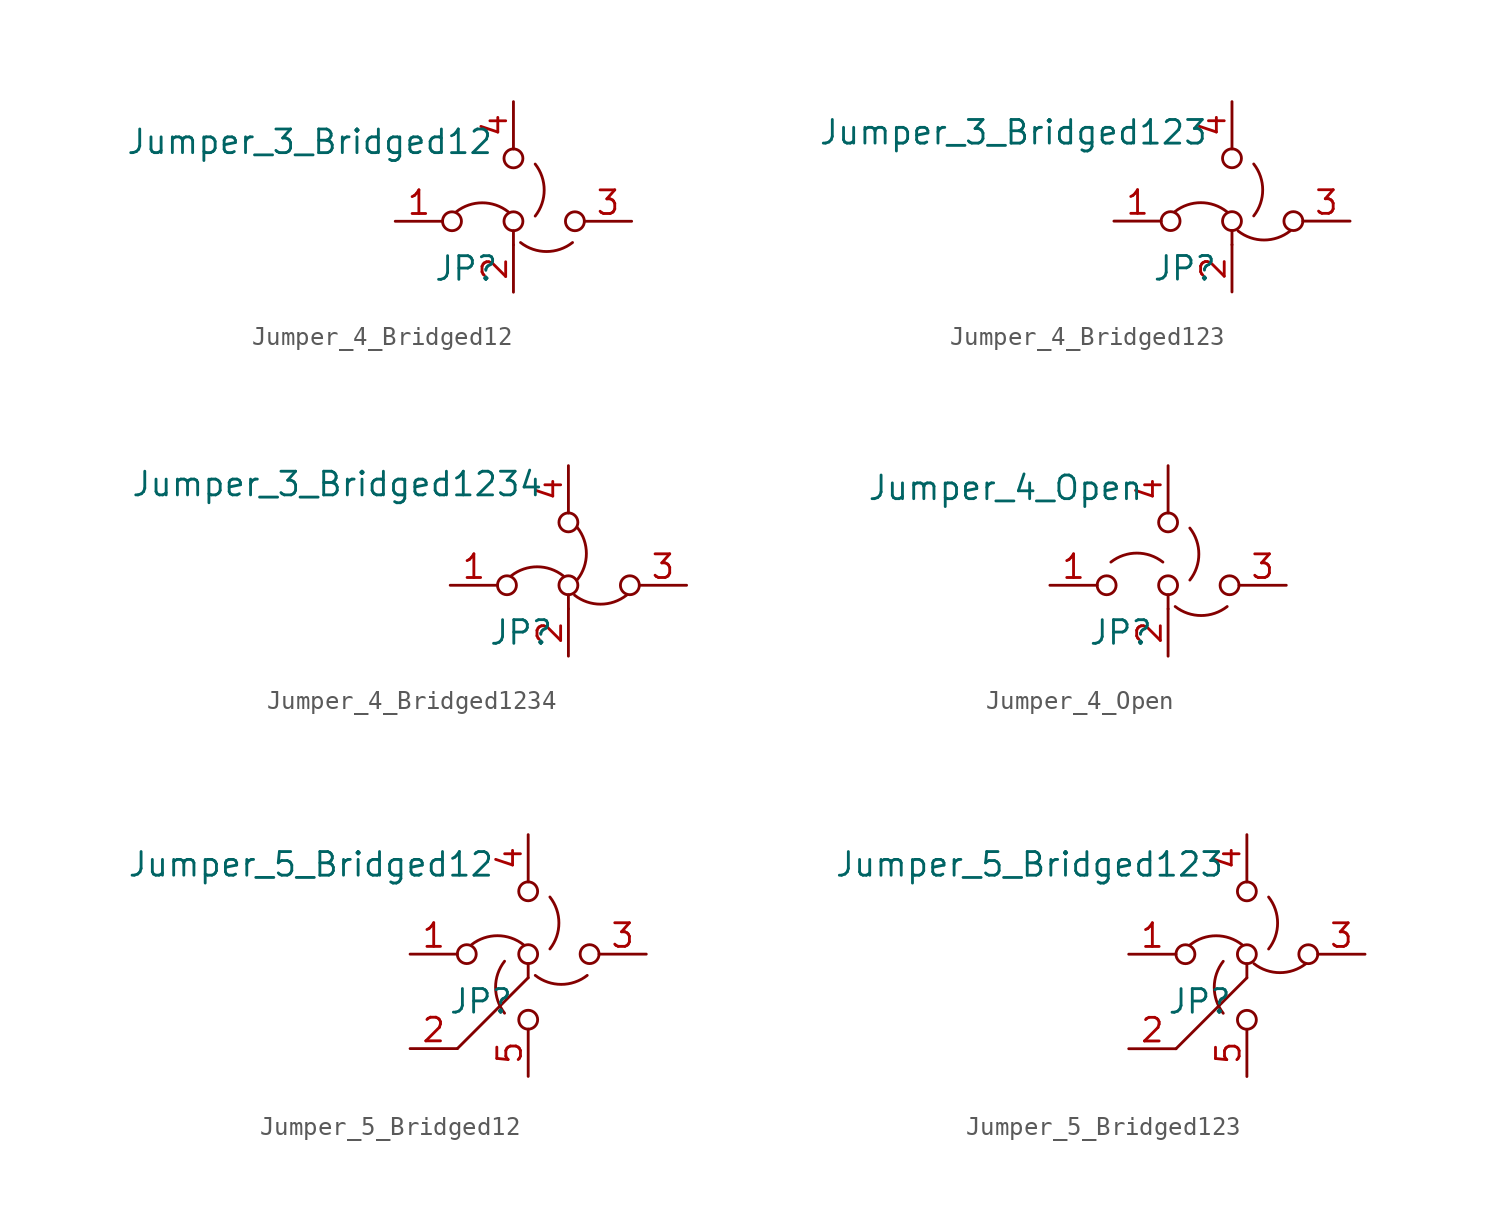
<source format=kicad_sym>
(kicad_symbol_lib
  (version 20220914)
  (generator kicad_symbol_editor)
  (symbol "Jumper_4_Bridged12"
    (pin_names
      (offset 0) hide)
    (property "Reference" "JP"
      (at -2.54 -2.54 0)
      (effects (font (size 1.27 1.27))))
    (property "Value" "Jumper_3_Bridged12"
      (at -10.947 4.267 0)
      (effects (font (size 1.27 1.27))))
    (symbol "Jumper_4_Bridged12_0_0"
      (circle (center -3.302 0) (radius 0.508) (stroke (width 0) (type default)) (fill (type none)))
      (circle (center 0 0) (radius 0.508) (stroke (width 0) (type default)) (fill (type none)))
      (circle (center 0 3.378) (radius 0.508) (stroke (width 0) (type default)) (fill (type none)))
      (circle (center 3.302 0) (radius 0.508) (stroke (width 0) (type default)) (fill (type none))))
    (symbol "Jumper_4_Bridged12_0_1"
      (arc (start -0.2794 0.5079) (mid -1.6764 0.9911) (end -3.0734 0.5079) (stroke (width 0) (type default)) (fill (type none)))
      (polyline (pts (xy 0 -0.508) (xy 0 -1.27)) (stroke (width 0) (type default)) (fill (type none)))
      (arc (start 0.381 -1.1429) (mid 1.778 -1.6261) (end 3.175 -1.1429) (stroke (width 0) (type default)) (fill (type none)))
      (arc (start 1.1683 0.2794) (mid 1.6515 1.6764) (end 1.1683 3.0734) (stroke (width 0) (type default)) (fill (type none))))
    (symbol "Jumper_4_Bridged12_1_1"
      (pin passive line (at -6.35 0 0) (length 2.54) (name "A" (effects (font (size 1.27 1.27)))) (number "1" (effects (font (size 1.27 1.27)))))
      (pin passive line (at 0 -3.81 90) (length 2.54) (name "C" (effects (font (size 1.27 1.27)))) (number "2" (effects (font (size 1.27 1.27)))))
      (pin passive line (at 6.35 0 180) (length 2.54) (name "B" (effects (font (size 1.27 1.27)))) (number "3" (effects (font (size 1.27 1.27)))))
      (pin passive line (at 0 6.426 270) (length 2.54) (name "D" (effects (font (size 1.27 1.27)))) (number "4" (effects (font (size 1.27 1.27)))))))
  (symbol "Jumper_4_Bridged123"
    (pin_names
      (offset 0) hide)
    (property "Reference" "JP"
      (at -2.54 -2.54 0)
      (effects (font (size 1.27 1.27))))
    (property "Value" "Jumper_3_Bridged123"
      (at -11.76 4.775 0)
      (effects (font (size 1.27 1.27))))
    (symbol "Jumper_4_Bridged123_0_0"
      (circle (center -3.302 0) (radius 0.508) (stroke (width 0) (type default)) (fill (type none)))
      (circle (center 0 0) (radius 0.508) (stroke (width 0) (type default)) (fill (type none)))
      (circle (center 0 3.378) (radius 0.508) (stroke (width 0) (type default)) (fill (type none)))
      (circle (center 3.302 0) (radius 0.508) (stroke (width 0) (type default)) (fill (type none))))
    (symbol "Jumper_4_Bridged123_0_1"
      (arc (start -0.2794 0.5079) (mid -1.6764 0.9911) (end -3.0734 0.5079) (stroke (width 0) (type default)) (fill (type none)))
      (polyline (pts (xy 0 -0.508) (xy 0 -1.27)) (stroke (width 0) (type default)) (fill (type none)))
      (arc (start 0.3302 -0.5333) (mid 1.7272 -1.0165) (end 3.1242 -0.5333) (stroke (width 0) (type default)) (fill (type none)))
      (arc (start 1.1683 0.2794) (mid 1.6515 1.6764) (end 1.1683 3.0734) (stroke (width 0) (type default)) (fill (type none))))
    (symbol "Jumper_4_Bridged123_1_1"
      (pin passive line (at -6.35 0 0) (length 2.54) (name "A" (effects (font (size 1.27 1.27)))) (number "1" (effects (font (size 1.27 1.27)))))
      (pin passive line (at 0 -3.81 90) (length 2.54) (name "C" (effects (font (size 1.27 1.27)))) (number "2" (effects (font (size 1.27 1.27)))))
      (pin passive line (at 6.35 0 180) (length 2.54) (name "B" (effects (font (size 1.27 1.27)))) (number "3" (effects (font (size 1.27 1.27)))))
      (pin passive line (at 0 6.426 270) (length 2.54) (name "D" (effects (font (size 1.27 1.27)))) (number "4" (effects (font (size 1.27 1.27)))))))
  (symbol "Jumper_4_Bridged1234"
    (pin_names
      (offset 0) hide)
    (property "Reference" "JP"
      (at -2.54 -2.54 0)
      (effects (font (size 1.27 1.27))))
    (property "Value" "Jumper_3_Bridged1234"
      (at -12.421 5.436 0)
      (effects (font (size 1.27 1.27))))
    (symbol "Jumper_4_Bridged1234_0_0"
      (circle (center -3.302 0) (radius 0.508) (stroke (width 0) (type default)) (fill (type none)))
      (circle (center 0 0) (radius 0.508) (stroke (width 0) (type default)) (fill (type none)))
      (circle (center 0 3.378) (radius 0.508) (stroke (width 0) (type default)) (fill (type none)))
      (circle (center 3.302 0) (radius 0.508) (stroke (width 0) (type default)) (fill (type none))))
    (symbol "Jumper_4_Bridged1234_0_1"
      (arc (start -0.2794 0.5079) (mid -1.6764 0.9911) (end -3.0734 0.5079) (stroke (width 0) (type default)) (fill (type none)))
      (polyline (pts (xy 0 -0.508) (xy 0 -1.27)) (stroke (width 0) (type default)) (fill (type none)))
      (arc (start 0.3302 -0.5333) (mid 1.7272 -1.0165) (end 3.1242 -0.5333) (stroke (width 0) (type default)) (fill (type none)))
      (arc (start 0.4825 0.3048) (mid 0.9657 1.7018) (end 0.4825 3.0988) (stroke (width 0) (type default)) (fill (type none))))
    (symbol "Jumper_4_Bridged1234_1_1"
      (pin passive line (at -6.35 0 0) (length 2.54) (name "A" (effects (font (size 1.27 1.27)))) (number "1" (effects (font (size 1.27 1.27)))))
      (pin passive line (at 0 -3.81 90) (length 2.54) (name "C" (effects (font (size 1.27 1.27)))) (number "2" (effects (font (size 1.27 1.27)))))
      (pin passive line (at 6.35 0 180) (length 2.54) (name "B" (effects (font (size 1.27 1.27)))) (number "3" (effects (font (size 1.27 1.27)))))
      (pin passive line (at 0 6.426 270) (length 2.54) (name "D" (effects (font (size 1.27 1.27)))) (number "4" (effects (font (size 1.27 1.27)))))))
  (symbol "Jumper_4_Open"
    (pin_names
      (offset 0) hide)
    (property "Reference" "JP"
      (at -2.54 -2.54 0)
      (effects (font (size 1.27 1.27))))
    (property "Value" "Jumper_4_Open"
      (at -8.738 5.232 0)
      (effects (font (size 1.27 1.27))))
    (symbol "Jumper_4_Open_0_0"
      (circle (center -3.302 0) (radius 0.508) (stroke (width 0) (type default)) (fill (type none)))
      (circle (center 0 0) (radius 0.508) (stroke (width 0) (type default)) (fill (type none)))
      (circle (center 0 3.378) (radius 0.508) (stroke (width 0) (type default)) (fill (type none)))
      (circle (center 3.302 0) (radius 0.508) (stroke (width 0) (type default)) (fill (type none))))
    (symbol "Jumper_4_Open_0_1"
      (arc (start -0.2794 1.2445) (mid -1.6764 1.7277) (end -3.0734 1.2445) (stroke (width 0) (type default)) (fill (type none)))
      (polyline (pts (xy 0 -0.508) (xy 0 -1.27)) (stroke (width 0) (type default)) (fill (type none)))
      (arc (start 0.381 -1.1429) (mid 1.778 -1.6261) (end 3.175 -1.1429) (stroke (width 0) (type default)) (fill (type none)))
      (arc (start 1.1683 0.2794) (mid 1.6515 1.6764) (end 1.1683 3.0734) (stroke (width 0) (type default)) (fill (type none))))
    (symbol "Jumper_4_Open_1_1"
      (pin passive line (at -6.35 0 0) (length 2.54) (name "A" (effects (font (size 1.27 1.27)))) (number "1" (effects (font (size 1.27 1.27)))))
      (pin passive line (at 0 -3.81 90) (length 2.54) (name "C" (effects (font (size 1.27 1.27)))) (number "2" (effects (font (size 1.27 1.27)))))
      (pin passive line (at 6.35 0 180) (length 2.54) (name "B" (effects (font (size 1.27 1.27)))) (number "3" (effects (font (size 1.27 1.27)))))
      (pin passive line (at 0 6.426 270) (length 2.54) (name "D" (effects (font (size 1.27 1.27)))) (number "4" (effects (font (size 1.27 1.27)))))))
  (symbol "Jumper_5_Bridged12"
    (pin_names
      (offset 0) hide)
    (property "Reference" "JP"
      (at -2.54 -2.54 0)
      (effects (font (size 1.27 1.27))))
    (property "Value" "Jumper_5_Bridged12"
      (at -11.684 4.826 0)
      (effects (font (size 1.27 1.27))))
    (symbol "Jumper_5_Bridged12_0_0"
      (circle (center -3.302 0) (radius 0.508) (stroke (width 0) (type default)) (fill (type none)))
      (circle (center 0 0) (radius 0.508) (stroke (width 0) (type default)) (fill (type none)))
      (circle (center 0 3.378) (radius 0.508) (stroke (width 0) (type default)) (fill (type none)))
      (circle (center 0.001 -3.526) (radius 0.508) (stroke (width 0) (type default)) (fill (type none)))
      (circle (center 3.302 0) (radius 0.508) (stroke (width 0) (type default)) (fill (type none))))
    (symbol "Jumper_5_Bridged12_0_1"
      (arc (start -1.2699 -0.381) (mid -1.7531 -1.778) (end -1.2699 -3.175) (stroke (width 0) (type default)) (fill (type none)))
      (arc (start -0.254 0.5079) (mid -1.651 0.9911) (end -3.048 0.5079) (stroke (width 0) (type default)) (fill (type none)))
      (polyline (pts (xy 0 -1.27) (xy -3.81 -5.08)) (stroke (width 0) (type default)) (fill (type none)))
      (polyline (pts (xy 0 -0.508) (xy 0 -1.27)) (stroke (width 0) (type default)) (fill (type none)))
      (arc (start 0.381 -1.1429) (mid 1.778 -1.6261) (end 3.175 -1.1429) (stroke (width 0) (type default)) (fill (type none)))
      (arc (start 1.1683 0.2794) (mid 1.6515 1.6764) (end 1.1683 3.0734) (stroke (width 0) (type default)) (fill (type none))))
    (symbol "Jumper_5_Bridged12_1_1"
      (pin passive line (at -6.35 0 0) (length 2.54) (name "A" (effects (font (size 1.27 1.27)))) (number "1" (effects (font (size 1.27 1.27)))))
      (pin passive line (at -6.35 -5.08 0) (length 2.54) (name "C" (effects (font (size 1.27 1.27)))) (number "2" (effects (font (size 1.27 1.27)))))
      (pin passive line (at 6.35 0 180) (length 2.54) (name "B" (effects (font (size 1.27 1.27)))) (number "3" (effects (font (size 1.27 1.27)))))
      (pin passive line (at 0 6.426 270) (length 2.54) (name "D" (effects (font (size 1.27 1.27)))) (number "4" (effects (font (size 1.27 1.27)))))
      (pin passive line (at 0.001 -6.574 90) (length 2.54) (name "E" (effects (font (size 1.27 1.27)))) (number "5" (effects (font (size 1.27 1.27)))))))
  (symbol "Jumper_5_Bridged123"
    (pin_names
      (offset 0) hide)
    (property "Reference" "JP"
      (at -2.54 -2.54 0)
      (effects (font (size 1.27 1.27))))
    (property "Value" "Jumper_5_Bridged123"
      (at -11.684 4.826 0)
      (effects (font (size 1.27 1.27))))
    (symbol "Jumper_5_Bridged123_0_0"
      (circle (center -3.302 0) (radius 0.508) (stroke (width 0) (type default)) (fill (type none)))
      (circle (center 0 0) (radius 0.508) (stroke (width 0) (type default)) (fill (type none)))
      (circle (center 0 3.378) (radius 0.508) (stroke (width 0) (type default)) (fill (type none)))
      (circle (center 0.001 -3.526) (radius 0.508) (stroke (width 0) (type default)) (fill (type none)))
      (circle (center 3.302 0) (radius 0.508) (stroke (width 0) (type default)) (fill (type none))))
    (symbol "Jumper_5_Bridged123_0_1"
      (arc (start -1.2699 -0.381) (mid -1.7531 -1.778) (end -1.2699 -3.175) (stroke (width 0) (type default)) (fill (type none)))
      (arc (start -0.254 0.5079) (mid -1.651 0.9911) (end -3.048 0.5079) (stroke (width 0) (type default)) (fill (type none)))
      (polyline (pts (xy 0 -1.27) (xy -3.81 -5.08)) (stroke (width 0) (type default)) (fill (type none)))
      (polyline (pts (xy 0 -0.508) (xy 0 -1.27)) (stroke (width 0) (type default)) (fill (type none)))
      (arc (start 0.381 -0.5079) (mid 1.778 -0.9911) (end 3.175 -0.5079) (stroke (width 0) (type default)) (fill (type none)))
      (arc (start 1.1683 0.2794) (mid 1.6515 1.6764) (end 1.1683 3.0734) (stroke (width 0) (type default)) (fill (type none))))
    (symbol "Jumper_5_Bridged123_1_1"
      (pin passive line (at -6.35 0 0) (length 2.54) (name "A" (effects (font (size 1.27 1.27)))) (number "1" (effects (font (size 1.27 1.27)))))
      (pin passive line (at -6.35 -5.08 0) (length 2.54) (name "C" (effects (font (size 1.27 1.27)))) (number "2" (effects (font (size 1.27 1.27)))))
      (pin passive line (at 6.35 0 180) (length 2.54) (name "B" (effects (font (size 1.27 1.27)))) (number "3" (effects (font (size 1.27 1.27)))))
      (pin passive line (at 0 6.426 270) (length 2.54) (name "D" (effects (font (size 1.27 1.27)))) (number "4" (effects (font (size 1.27 1.27)))))
      (pin passive line (at 0.001 -6.574 90) (length 2.54) (name "E" (effects (font (size 1.27 1.27)))) (number "5" (effects (font (size 1.27 1.27))))))))
</source>
